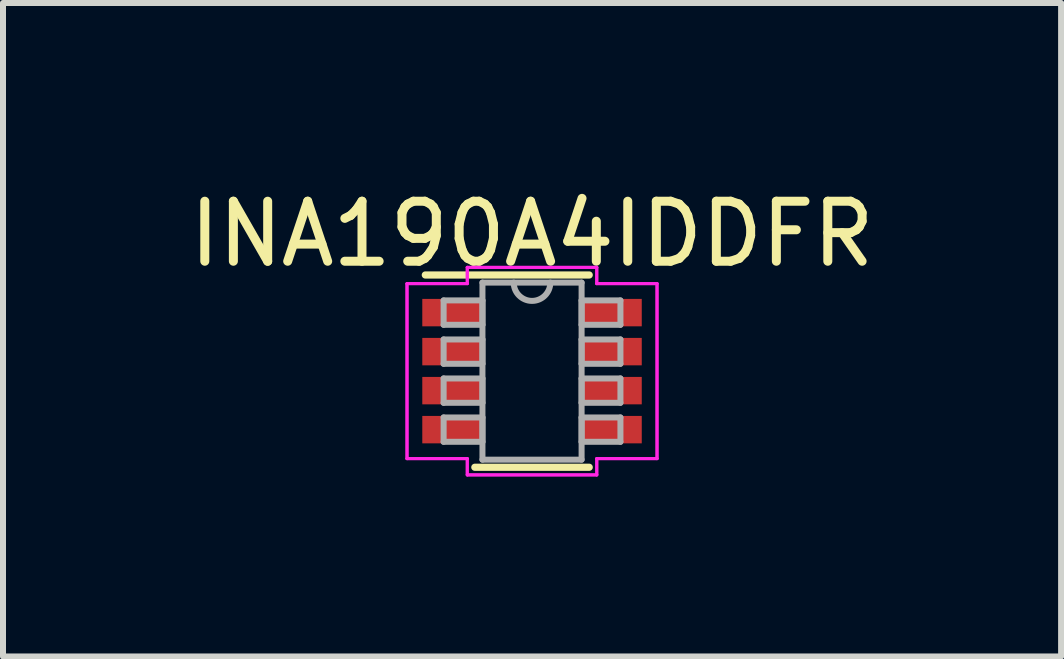
<source format=kicad_pcb>
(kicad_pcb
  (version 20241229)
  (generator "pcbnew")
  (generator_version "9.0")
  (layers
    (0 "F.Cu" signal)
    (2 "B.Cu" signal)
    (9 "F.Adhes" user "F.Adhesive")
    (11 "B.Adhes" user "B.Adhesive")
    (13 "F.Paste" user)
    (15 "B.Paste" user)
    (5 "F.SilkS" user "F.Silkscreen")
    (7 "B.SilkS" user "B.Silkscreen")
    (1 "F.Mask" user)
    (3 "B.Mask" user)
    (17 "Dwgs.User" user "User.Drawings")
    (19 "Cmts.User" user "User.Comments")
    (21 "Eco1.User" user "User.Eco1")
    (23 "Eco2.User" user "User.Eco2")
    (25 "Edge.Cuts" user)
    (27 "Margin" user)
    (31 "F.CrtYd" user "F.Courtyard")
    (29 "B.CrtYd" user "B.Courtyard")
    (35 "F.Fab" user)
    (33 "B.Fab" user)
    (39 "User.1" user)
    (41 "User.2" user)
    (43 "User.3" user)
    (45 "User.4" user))
  (footprint "INA190A4IDDFR"
    (layer "F.Cu")
    (at 5.815 3.134)
    (property "Reference" "INA190A4IDDFR" (at 0 -2.286 0) (layer "F.SilkS") (effects (font (size 1 1) (thickness 0.15))))
    (attr through_hole)
    (fp_line (start -0.953 1.602) (end 0.953 1.602) (stroke (width 0.12) (type solid)) (layer "F.SilkS"))
    (fp_line (start 0.953 -1.602) (end -1.778 -1.602) (stroke (width 0.12) (type solid)) (layer "F.SilkS"))
    (fp_line (start -2.083 -1.458) (end -1.079 -1.458) (stroke (width 0.05) (type solid)) (layer "F.CrtYd"))
    (fp_line (start -2.083 -1.458) (end -1.079 -1.458) (stroke (width 0.05) (type solid)) (layer "F.CrtYd"))
    (fp_line (start -2.083 1.458) (end -2.083 -1.458) (stroke (width 0.05) (type solid)) (layer "F.CrtYd"))
    (fp_line (start -2.083 1.458) (end -2.083 -1.458) (stroke (width 0.05) (type solid)) (layer "F.CrtYd"))
    (fp_line (start -2.083 1.458) (end -1.079 1.458) (stroke (width 0.05) (type solid)) (layer "F.CrtYd"))
    (fp_line (start -1.079 -1.729) (end 1.079 -1.729) (stroke (width 0.05) (type solid)) (layer "F.CrtYd"))
    (fp_line (start -1.079 -1.729) (end 1.079 -1.729) (stroke (width 0.05) (type solid)) (layer "F.CrtYd"))
    (fp_line (start -1.079 -1.458) (end -1.079 -1.729) (stroke (width 0.05) (type solid)) (layer "F.CrtYd"))
    (fp_line (start -1.079 -1.458) (end -1.079 -1.729) (stroke (width 0.05) (type solid)) (layer "F.CrtYd"))
    (fp_line (start -1.079 1.458) (end -2.083 1.458) (stroke (width 0.05) (type solid)) (layer "F.CrtYd"))
    (fp_line (start -1.079 1.729) (end -1.079 1.458) (stroke (width 0.05) (type solid)) (layer "F.CrtYd"))
    (fp_line (start -1.079 1.729) (end -1.079 1.458) (stroke (width 0.05) (type solid)) (layer "F.CrtYd"))
    (fp_line (start 1.079 -1.729) (end 1.079 -1.458) (stroke (width 0.05) (type solid)) (layer "F.CrtYd"))
    (fp_line (start 1.079 -1.729) (end 1.079 -1.458) (stroke (width 0.05) (type solid)) (layer "F.CrtYd"))
    (fp_line (start 1.079 -1.458) (end 2.083 -1.458) (stroke (width 0.05) (type solid)) (layer "F.CrtYd"))
    (fp_line (start 1.079 1.458) (end 1.079 1.729) (stroke (width 0.05) (type solid)) (layer "F.CrtYd"))
    (fp_line (start 1.079 1.458) (end 1.079 1.729) (stroke (width 0.05) (type solid)) (layer "F.CrtYd"))
    (fp_line (start 1.079 1.729) (end -1.079 1.729) (stroke (width 0.05) (type solid)) (layer "F.CrtYd"))
    (fp_line (start 1.079 1.729) (end -1.079 1.729) (stroke (width 0.05) (type solid)) (layer "F.CrtYd"))
    (fp_line (start 2.083 -1.458) (end 1.079 -1.458) (stroke (width 0.05) (type solid)) (layer "F.CrtYd"))
    (fp_line (start 2.083 -1.458) (end 2.083 1.458) (stroke (width 0.05) (type solid)) (layer "F.CrtYd"))
    (fp_line (start 2.083 -1.458) (end 2.083 1.458) (stroke (width 0.05) (type solid)) (layer "F.CrtYd"))
    (fp_line (start 2.083 1.458) (end 1.079 1.458) (stroke (width 0.05) (type solid)) (layer "F.CrtYd"))
    (fp_line (start 2.083 1.458) (end 1.079 1.458) (stroke (width 0.05) (type solid)) (layer "F.CrtYd"))
    (fp_line (start -1.473 -1.178) (end -1.473 -0.772) (stroke (width 0.1) (type solid)) (layer "F.Fab"))
    (fp_line (start -1.473 -0.772) (end -0.826 -0.772) (stroke (width 0.1) (type solid)) (layer "F.Fab"))
    (fp_line (start -1.473 -0.528) (end -1.473 -0.122) (stroke (width 0.1) (type solid)) (layer "F.Fab"))
    (fp_line (start -1.473 -0.122) (end -0.826 -0.122) (stroke (width 0.1) (type solid)) (layer "F.Fab"))
    (fp_line (start -1.473 0.122) (end -1.473 0.528) (stroke (width 0.1) (type solid)) (layer "F.Fab"))
    (fp_line (start -1.473 0.528) (end -0.826 0.528) (stroke (width 0.1) (type solid)) (layer "F.Fab"))
    (fp_line (start -1.473 0.772) (end -1.473 1.178) (stroke (width 0.1) (type solid)) (layer "F.Fab"))
    (fp_line (start -1.473 1.178) (end -0.826 1.178) (stroke (width 0.1) (type solid)) (layer "F.Fab"))
    (fp_line (start -0.826 -1.475) (end -0.826 1.475) (stroke (width 0.1) (type solid)) (layer "F.Fab"))
    (fp_line (start -0.826 -1.178) (end -1.473 -1.178) (stroke (width 0.1) (type solid)) (layer "F.Fab"))
    (fp_line (start -0.826 -0.772) (end -0.826 -1.178) (stroke (width 0.1) (type solid)) (layer "F.Fab"))
    (fp_line (start -0.826 -0.528) (end -1.473 -0.528) (stroke (width 0.1) (type solid)) (layer "F.Fab"))
    (fp_line (start -0.826 -0.122) (end -0.826 -0.528) (stroke (width 0.1) (type solid)) (layer "F.Fab"))
    (fp_line (start -0.826 0.122) (end -1.473 0.122) (stroke (width 0.1) (type solid)) (layer "F.Fab"))
    (fp_line (start -0.826 0.528) (end -0.826 0.122) (stroke (width 0.1) (type solid)) (layer "F.Fab"))
    (fp_line (start -0.826 0.772) (end -1.473 0.772) (stroke (width 0.1) (type solid)) (layer "F.Fab"))
    (fp_line (start -0.826 1.178) (end -0.826 0.772) (stroke (width 0.1) (type solid)) (layer "F.Fab"))
    (fp_line (start -0.826 1.475) (end 0.826 1.475) (stroke (width 0.1) (type solid)) (layer "F.Fab"))
    (fp_line (start 0.826 -1.475) (end -0.826 -1.475) (stroke (width 0.1) (type solid)) (layer "F.Fab"))
    (fp_line (start 0.826 -1.178) (end 0.826 -0.772) (stroke (width 0.1) (type solid)) (layer "F.Fab"))
    (fp_line (start 0.826 -0.772) (end 1.473 -0.772) (stroke (width 0.1) (type solid)) (layer "F.Fab"))
    (fp_line (start 0.826 -0.528) (end 0.826 -0.122) (stroke (width 0.1) (type solid)) (layer "F.Fab"))
    (fp_line (start 0.826 -0.122) (end 1.473 -0.122) (stroke (width 0.1) (type solid)) (layer "F.Fab"))
    (fp_line (start 0.826 0.122) (end 0.826 0.528) (stroke (width 0.1) (type solid)) (layer "F.Fab"))
    (fp_line (start 0.826 0.528) (end 1.473 0.528) (stroke (width 0.1) (type solid)) (layer "F.Fab"))
    (fp_line (start 0.826 0.772) (end 0.826 1.178) (stroke (width 0.1) (type solid)) (layer "F.Fab"))
    (fp_line (start 0.826 1.178) (end 1.473 1.178) (stroke (width 0.1) (type solid)) (layer "F.Fab"))
    (fp_line (start 0.826 1.475) (end 0.826 -1.475) (stroke (width 0.1) (type solid)) (layer "F.Fab"))
    (fp_line (start 1.473 -1.178) (end 0.826 -1.178) (stroke (width 0.1) (type solid)) (layer "F.Fab"))
    (fp_line (start 1.473 -0.772) (end 1.473 -1.178) (stroke (width 0.1) (type solid)) (layer "F.Fab"))
    (fp_line (start 1.473 -0.528) (end 0.826 -0.528) (stroke (width 0.1) (type solid)) (layer "F.Fab"))
    (fp_line (start 1.473 -0.122) (end 1.473 -0.528) (stroke (width 0.1) (type solid)) (layer "F.Fab"))
    (fp_line (start 1.473 0.122) (end 0.826 0.122) (stroke (width 0.1) (type solid)) (layer "F.Fab"))
    (fp_line (start 1.473 0.528) (end 1.473 0.122) (stroke (width 0.1) (type solid)) (layer "F.Fab"))
    (fp_line (start 1.473 0.772) (end 0.826 0.772) (stroke (width 0.1) (type solid)) (layer "F.Fab"))
    (fp_line (start 1.473 1.178) (end 1.473 0.772) (stroke (width 0.1) (type solid)) (layer "F.Fab"))
    (fp_arc (start 0.3048 -1.475) (mid 0 -1.1702) (end -0.3048 -1.475) (stroke (width 0.1) (type solid)) (layer "F.Fab"))
    (pad "1" smd rect (at -1.327 -0.975) (size 1.003 0.457) (layers "F.Cu" "F.Mask" "F.Paste"))
    (pad "2" smd rect (at -1.327 -0.325) (size 1.003 0.457) (layers "F.Cu" "F.Mask" "F.Paste"))
    (pad "3" smd rect (at -1.327 0.325) (size 1.003 0.457) (layers "F.Cu" "F.Mask" "F.Paste"))
    (pad "4" smd rect (at -1.327 0.975) (size 1.003 0.457) (layers "F.Cu" "F.Mask" "F.Paste"))
    (pad "5" smd rect (at 1.327 0.975) (size 1.003 0.457) (layers "F.Cu" "F.Mask" "F.Paste"))
    (pad "6" smd rect (at 1.327 0.325) (size 1.003 0.457) (layers "F.Cu" "F.Mask" "F.Paste"))
    (pad "7" smd rect (at 1.327 -0.325) (size 1.003 0.457) (layers "F.Cu" "F.Mask" "F.Paste"))
    (pad "8" smd rect (at 1.327 -0.975) (size 1.003 0.457) (layers "F.Cu" "F.Mask" "F.Paste")))
  (gr_rect
    (start -3 -3)
    (end 14.631 7.888)
    (stroke (width 0.1) (type default))
    (fill no)
    (layer "Edge.Cuts")))
</source>
